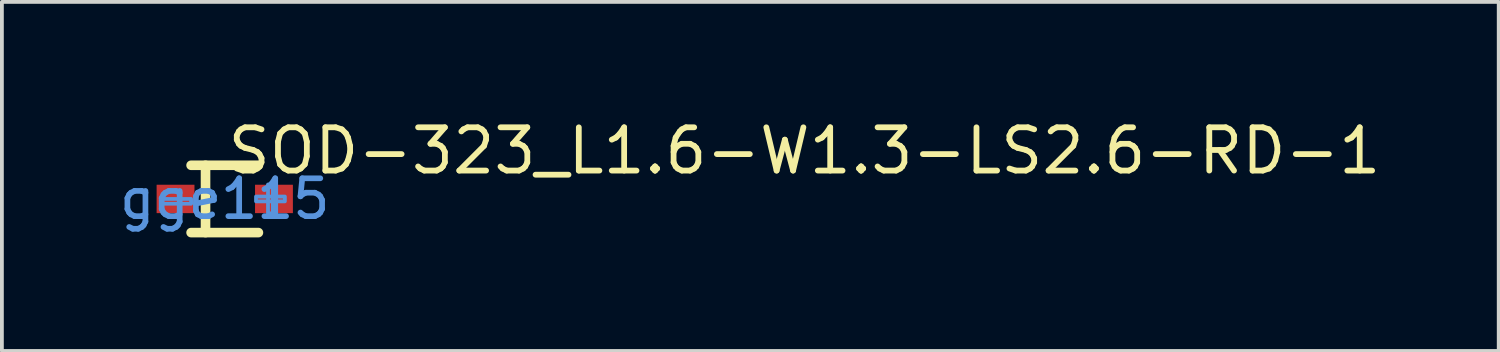
<source format=kicad_pcb>
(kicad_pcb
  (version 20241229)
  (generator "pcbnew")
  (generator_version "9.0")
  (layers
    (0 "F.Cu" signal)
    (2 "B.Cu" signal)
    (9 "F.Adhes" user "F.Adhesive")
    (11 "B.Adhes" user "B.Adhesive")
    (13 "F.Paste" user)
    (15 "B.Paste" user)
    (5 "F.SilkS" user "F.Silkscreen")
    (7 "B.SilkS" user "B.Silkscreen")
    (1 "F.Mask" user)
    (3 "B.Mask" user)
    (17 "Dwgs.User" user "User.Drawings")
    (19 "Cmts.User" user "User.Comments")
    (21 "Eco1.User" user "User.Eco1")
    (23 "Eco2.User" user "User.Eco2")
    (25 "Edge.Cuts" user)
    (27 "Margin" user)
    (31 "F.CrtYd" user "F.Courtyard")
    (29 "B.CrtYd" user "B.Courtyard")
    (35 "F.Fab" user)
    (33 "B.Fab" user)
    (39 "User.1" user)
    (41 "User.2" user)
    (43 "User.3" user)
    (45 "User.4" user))
  (footprint "SOD-323_L1.6-W1.3-LS2.6-RD-1"
    (layer "F.Cu")
    (at 2.887 2.205)
    (property "Reference" "SOD-323_L1.6-W1.3-LS2.6-RD-1" (at 0 -1.27 0) (layer "F.SilkS") (effects (font (size 1.143 1.143) (thickness 0.152)) (justify left)))
    (attr smd)
    (fp_line (start -0.889 -0.889) (end 0.889 -0.889) (stroke (width 0.254) (type solid)) (layer "F.SilkS"))
    (fp_line (start -0.889 0.889) (end 0.889 0.889) (stroke (width 0.254) (type solid)) (layer "F.SilkS"))
    (fp_line (start -0.508 -0.889) (end -0.508 0.889) (stroke (width 0.254) (type solid)) (layer "F.SilkS"))
    (fp_poly (pts (xy -1.651 0) (xy -0.889 0) (xy -0.889 0.127) (xy -1.651 0.127)) (stroke (width 0.1) (type solid)) (fill no) (layer "Cmts.User"))
    (fp_poly (pts (xy 0.826 -0.063) (xy 1.588 -0.063) (xy 1.588 0.064) (xy 0.826 0.064)) (stroke (width 0.1) (type solid)) (fill no) (layer "Cmts.User"))
    (fp_poly (pts (xy 1.143 0.381) (xy 1.143 -0.381) (xy 1.27 -0.381) (xy 1.27 0.381)) (stroke (width 0.1) (type solid)) (fill no) (layer "Cmts.User"))
    (fp_text user "gge115" (at 0 0 0) (layer "Cmts.User") (effects (font (size 1 1) (thickness 0.15))))
    (pad "1" smd rect (at -1.3 0) (size 1 0.75) (layers "F.Cu" "F.Mask" "F.Paste"))
    (pad "2" smd rect (at 1.3 0) (size 1 0.75) (layers "F.Cu" "F.Mask" "F.Paste")))
  (gr_rect
    (start -3 -3)
    (end 36.54 6.221)
    (stroke (width 0.1) (type default))
    (fill no)
    (layer "Edge.Cuts")))
</source>
